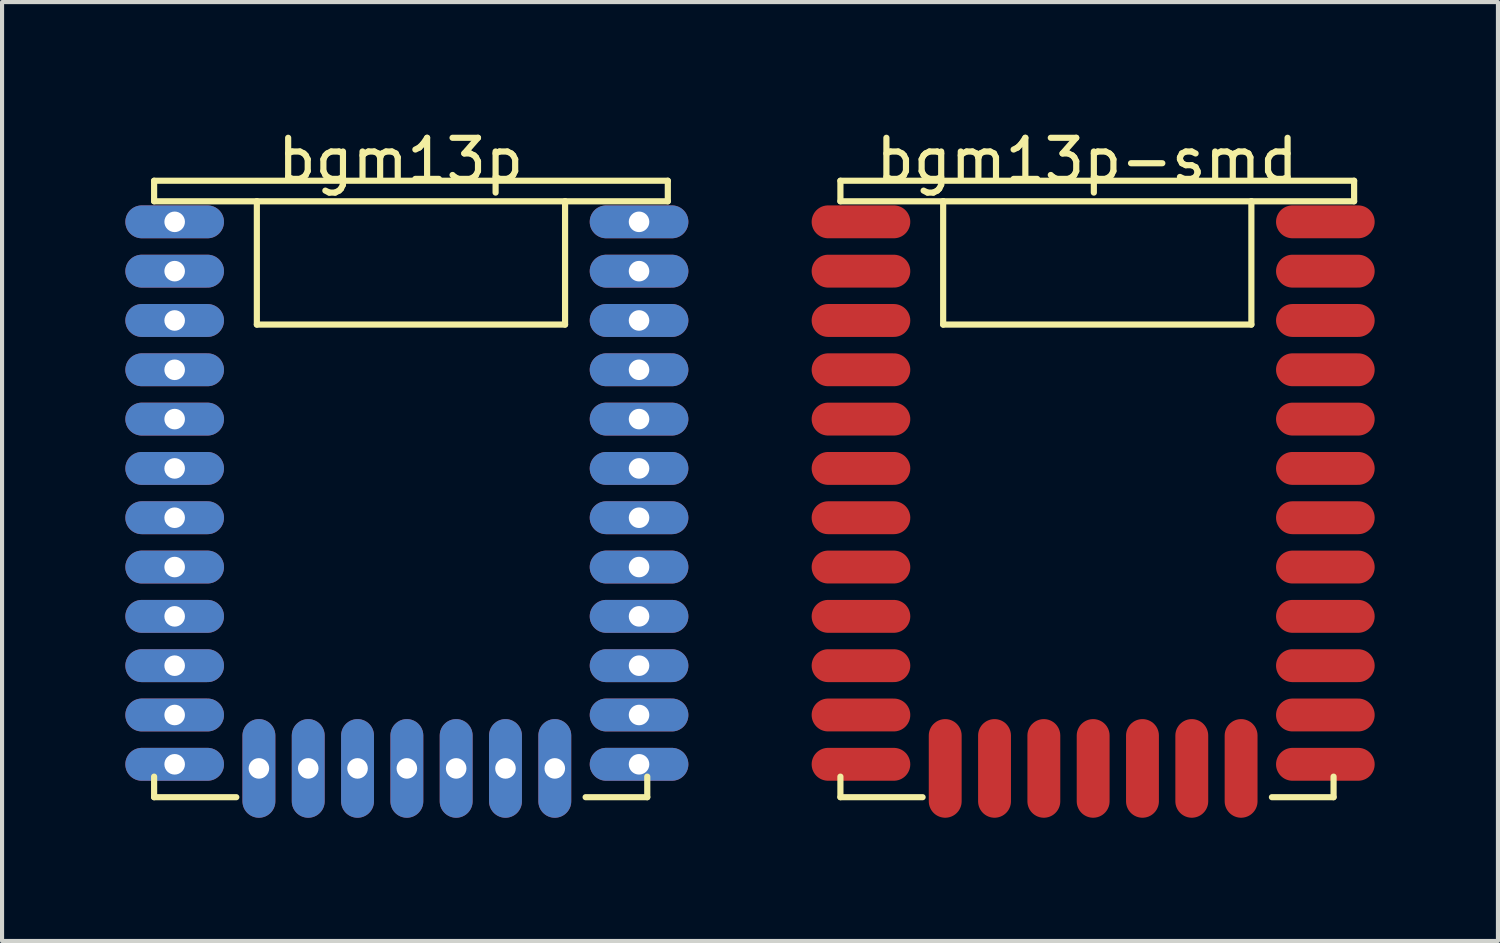
<source format=kicad_pcb>
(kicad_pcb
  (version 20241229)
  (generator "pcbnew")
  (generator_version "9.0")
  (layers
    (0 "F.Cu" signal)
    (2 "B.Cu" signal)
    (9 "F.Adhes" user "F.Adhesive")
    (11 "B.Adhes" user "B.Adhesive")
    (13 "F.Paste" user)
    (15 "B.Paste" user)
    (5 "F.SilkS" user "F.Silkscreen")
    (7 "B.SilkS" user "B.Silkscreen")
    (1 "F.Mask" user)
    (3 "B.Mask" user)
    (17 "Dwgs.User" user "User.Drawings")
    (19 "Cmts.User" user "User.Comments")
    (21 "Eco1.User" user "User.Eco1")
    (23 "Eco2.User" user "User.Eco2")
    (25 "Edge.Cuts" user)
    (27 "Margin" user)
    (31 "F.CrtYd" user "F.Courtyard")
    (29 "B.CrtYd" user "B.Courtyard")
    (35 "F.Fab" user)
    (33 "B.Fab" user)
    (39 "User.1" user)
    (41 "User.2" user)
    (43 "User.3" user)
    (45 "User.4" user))
  (footprint "bgm13p"
    (layer "F.Cu")
    (at 1.2 2.348)
    (property "Reference" "bgm13p" (at 5.5 -1.5 0) (layer "F.SilkS") (effects (font (size 1 1) (thickness 0.15))))
    (attr through_hole)
    (fp_line (start -0.5 -1) (end -0.5 -0.5) (stroke (width 0.15) (type solid)) (layer "F.SilkS"))
    (fp_line (start -0.5 14) (end -0.5 13.5) (stroke (width 0.15) (type solid)) (layer "F.SilkS"))
    (fp_line (start -0.5 14) (end 1.5 14) (stroke (width 0.15) (type solid)) (layer "F.SilkS"))
    (fp_line (start 2 -0.5) (end -0.5 -0.5) (stroke (width 0.15) (type solid)) (layer "F.SilkS"))
    (fp_line (start 2 -0.5) (end 2 2.5) (stroke (width 0.15) (type solid)) (layer "F.SilkS"))
    (fp_line (start 2 2.5) (end 9.5 2.5) (stroke (width 0.15) (type solid)) (layer "F.SilkS"))
    (fp_line (start 9.5 -0.5) (end 2 -0.5) (stroke (width 0.15) (type solid)) (layer "F.SilkS"))
    (fp_line (start 9.5 2.5) (end 9.5 -0.5) (stroke (width 0.15) (type solid)) (layer "F.SilkS"))
    (fp_line (start 10 14) (end 11.5 14) (stroke (width 0.15) (type solid)) (layer "F.SilkS"))
    (fp_line (start 11.5 14) (end 11.5 13.5) (stroke (width 0.15) (type solid)) (layer "F.SilkS"))
    (fp_line (start 12 -1) (end -0.5 -1) (stroke (width 0.15) (type solid)) (layer "F.SilkS"))
    (fp_line (start 12 -0.5) (end 9.5 -0.5) (stroke (width 0.15) (type solid)) (layer "F.SilkS"))
    (fp_line (start 12 -0.5) (end 12 -1) (stroke (width 0.15) (type solid)) (layer "F.SilkS"))
    (pad "1" thru_hole oval (at 0 0) (size 2.4 0.8) (drill 0.5) (layers "*.Cu" "*.Mask"))
    (pad "2" thru_hole oval (at 0 1.2) (size 2.4 0.8) (drill 0.5) (layers "*.Cu" "*.Mask"))
    (pad "3" thru_hole oval (at 0 2.4) (size 2.4 0.8) (drill 0.5) (layers "*.Cu" "*.Mask"))
    (pad "4" thru_hole oval (at 0 3.6) (size 2.4 0.8) (drill 0.5) (layers "*.Cu" "*.Mask"))
    (pad "5" thru_hole oval (at 0 4.8) (size 2.4 0.8) (drill 0.5) (layers "*.Cu" "*.Mask"))
    (pad "6" thru_hole oval (at 0 6) (size 2.4 0.8) (drill 0.5) (layers "*.Cu" "*.Mask"))
    (pad "7" thru_hole oval (at 0 7.2) (size 2.4 0.8) (drill 0.5) (layers "*.Cu" "*.Mask"))
    (pad "8" thru_hole oval (at 0 8.4) (size 2.4 0.8) (drill 0.5) (layers "*.Cu" "*.Mask"))
    (pad "9" thru_hole oval (at 0 9.6) (size 2.4 0.8) (drill 0.5) (layers "*.Cu" "*.Mask"))
    (pad "10" thru_hole oval (at 0 10.8) (size 2.4 0.8) (drill 0.5) (layers "*.Cu" "*.Mask"))
    (pad "11" thru_hole oval (at 0 12) (size 2.4 0.8) (drill 0.5) (layers "*.Cu" "*.Mask"))
    (pad "12" thru_hole oval (at 0 13.2) (size 2.4 0.8) (drill 0.5) (layers "*.Cu" "*.Mask"))
    (pad "13" thru_hole oval (at 2.05 13.3 90) (size 2.4 0.8) (drill 0.5) (layers "*.Cu" "*.Mask"))
    (pad "14" thru_hole oval (at 3.25 13.3 90) (size 2.4 0.8) (drill 0.5) (layers "*.Cu" "*.Mask"))
    (pad "15" thru_hole oval (at 4.45 13.3 90) (size 2.4 0.8) (drill 0.5) (layers "*.Cu" "*.Mask"))
    (pad "16" thru_hole oval (at 5.65 13.3 90) (size 2.4 0.8) (drill 0.5) (layers "*.Cu" "*.Mask"))
    (pad "17" thru_hole oval (at 6.85 13.3 90) (size 2.4 0.8) (drill 0.5) (layers "*.Cu" "*.Mask"))
    (pad "18" thru_hole oval (at 8.05 13.3 90) (size 2.4 0.8) (drill 0.5) (layers "*.Cu" "*.Mask"))
    (pad "19" thru_hole oval (at 9.25 13.3 90) (size 2.4 0.8) (drill 0.5) (layers "*.Cu" "*.Mask"))
    (pad "20" thru_hole oval (at 11.3 13.2) (size 2.4 0.8) (drill 0.5) (layers "*.Cu" "*.Mask"))
    (pad "21" thru_hole oval (at 11.3 12) (size 2.4 0.8) (drill 0.5) (layers "*.Cu" "*.Mask"))
    (pad "22" thru_hole oval (at 11.3 10.8) (size 2.4 0.8) (drill 0.5) (layers "*.Cu" "*.Mask"))
    (pad "23" thru_hole oval (at 11.3 9.6) (size 2.4 0.8) (drill 0.5) (layers "*.Cu" "*.Mask"))
    (pad "24" thru_hole oval (at 11.3 8.4) (size 2.4 0.8) (drill 0.5) (layers "*.Cu" "*.Mask"))
    (pad "25" thru_hole oval (at 11.3 7.2) (size 2.4 0.8) (drill 0.5) (layers "*.Cu" "*.Mask"))
    (pad "26" thru_hole oval (at 11.3 6) (size 2.4 0.8) (drill 0.5) (layers "*.Cu" "*.Mask"))
    (pad "27" thru_hole oval (at 11.3 4.8) (size 2.4 0.8) (drill 0.5) (layers "*.Cu" "*.Mask"))
    (pad "28" thru_hole oval (at 11.3 3.6) (size 2.4 0.8) (drill 0.5) (layers "*.Cu" "*.Mask"))
    (pad "29" thru_hole oval (at 11.3 2.4) (size 2.4 0.8) (drill 0.5) (layers "*.Cu" "*.Mask"))
    (pad "30" thru_hole oval (at 11.3 1.2) (size 2.4 0.8) (drill 0.5) (layers "*.Cu" "*.Mask"))
    (pad "31" thru_hole oval (at 11.3 0) (size 2.4 0.8) (drill 0.5) (layers "*.Cu" "*.Mask")))
  (footprint "bgm13p-smd"
    (layer "F.Cu")
    (at 17.9 2.348)
    (property "Reference" "bgm13p-smd" (at 5.5 -1.5 0) (layer "F.SilkS") (effects (font (size 1 1) (thickness 0.15))))
    (attr through_hole)
    (fp_line (start -0.5 -1) (end -0.5 -0.5) (stroke (width 0.15) (type solid)) (layer "F.SilkS"))
    (fp_line (start -0.5 14) (end -0.5 13.5) (stroke (width 0.15) (type solid)) (layer "F.SilkS"))
    (fp_line (start -0.5 14) (end 1.5 14) (stroke (width 0.15) (type solid)) (layer "F.SilkS"))
    (fp_line (start 2 -0.5) (end -0.5 -0.5) (stroke (width 0.15) (type solid)) (layer "F.SilkS"))
    (fp_line (start 2 -0.5) (end 2 2.5) (stroke (width 0.15) (type solid)) (layer "F.SilkS"))
    (fp_line (start 2 2.5) (end 9.5 2.5) (stroke (width 0.15) (type solid)) (layer "F.SilkS"))
    (fp_line (start 9.5 -0.5) (end 2 -0.5) (stroke (width 0.15) (type solid)) (layer "F.SilkS"))
    (fp_line (start 9.5 2.5) (end 9.5 -0.5) (stroke (width 0.15) (type solid)) (layer "F.SilkS"))
    (fp_line (start 10 14) (end 11.5 14) (stroke (width 0.15) (type solid)) (layer "F.SilkS"))
    (fp_line (start 11.5 14) (end 11.5 13.5) (stroke (width 0.15) (type solid)) (layer "F.SilkS"))
    (fp_line (start 12 -1) (end -0.5 -1) (stroke (width 0.15) (type solid)) (layer "F.SilkS"))
    (fp_line (start 12 -0.5) (end 9.5 -0.5) (stroke (width 0.15) (type solid)) (layer "F.SilkS"))
    (fp_line (start 12 -0.5) (end 12 -1) (stroke (width 0.15) (type solid)) (layer "F.SilkS"))
    (pad "1" smd oval (at 0 0) (size 2.4 0.8) (layers "F.Cu" "F.Mask" "F.Paste"))
    (pad "2" smd oval (at 0 1.2) (size 2.4 0.8) (layers "F.Cu" "F.Mask" "F.Paste"))
    (pad "3" smd oval (at 0 2.4) (size 2.4 0.8) (layers "F.Cu" "F.Mask" "F.Paste"))
    (pad "4" smd oval (at 0 3.6) (size 2.4 0.8) (layers "F.Cu" "F.Mask" "F.Paste"))
    (pad "5" smd oval (at 0 4.8) (size 2.4 0.8) (layers "F.Cu" "F.Mask" "F.Paste"))
    (pad "6" smd oval (at 0 6) (size 2.4 0.8) (layers "F.Cu" "F.Mask" "F.Paste"))
    (pad "7" smd oval (at 0 7.2) (size 2.4 0.8) (layers "F.Cu" "F.Mask" "F.Paste"))
    (pad "8" smd oval (at 0 8.4) (size 2.4 0.8) (layers "F.Cu" "F.Mask" "F.Paste"))
    (pad "9" smd oval (at 0 9.6) (size 2.4 0.8) (layers "F.Cu" "F.Mask" "F.Paste"))
    (pad "10" smd oval (at 0 10.8) (size 2.4 0.8) (layers "F.Cu" "F.Mask" "F.Paste"))
    (pad "11" smd oval (at 0 12) (size 2.4 0.8) (layers "F.Cu" "F.Mask" "F.Paste"))
    (pad "12" smd oval (at 0 13.2) (size 2.4 0.8) (layers "F.Cu" "F.Mask" "F.Paste"))
    (pad "13" smd oval (at 2.05 13.3 90) (size 2.4 0.8) (layers "F.Cu" "F.Mask" "F.Paste"))
    (pad "14" smd oval (at 3.25 13.3 90) (size 2.4 0.8) (layers "F.Cu" "F.Mask" "F.Paste"))
    (pad "15" smd oval (at 4.45 13.3 90) (size 2.4 0.8) (layers "F.Cu" "F.Mask" "F.Paste"))
    (pad "16" smd oval (at 5.65 13.3 90) (size 2.4 0.8) (layers "F.Cu" "F.Mask" "F.Paste"))
    (pad "17" smd oval (at 6.85 13.3 90) (size 2.4 0.8) (layers "F.Cu" "F.Mask" "F.Paste"))
    (pad "18" smd oval (at 8.05 13.3 90) (size 2.4 0.8) (layers "F.Cu" "F.Mask" "F.Paste"))
    (pad "19" smd oval (at 9.25 13.3 90) (size 2.4 0.8) (layers "F.Cu" "F.Mask" "F.Paste"))
    (pad "20" smd oval (at 11.3 13.2) (size 2.4 0.8) (layers "F.Cu" "F.Mask" "F.Paste"))
    (pad "21" smd oval (at 11.3 12) (size 2.4 0.8) (layers "F.Cu" "F.Mask" "F.Paste"))
    (pad "22" smd oval (at 11.3 10.8) (size 2.4 0.8) (layers "F.Cu" "F.Mask" "F.Paste"))
    (pad "23" smd oval (at 11.3 9.6) (size 2.4 0.8) (layers "F.Cu" "F.Mask" "F.Paste"))
    (pad "24" smd oval (at 11.3 8.4) (size 2.4 0.8) (layers "F.Cu" "F.Mask" "F.Paste"))
    (pad "25" smd oval (at 11.3 7.2) (size 2.4 0.8) (layers "F.Cu" "F.Mask" "F.Paste"))
    (pad "26" smd oval (at 11.3 6) (size 2.4 0.8) (layers "F.Cu" "F.Mask" "F.Paste"))
    (pad "27" smd oval (at 11.3 4.8) (size 2.4 0.8) (layers "F.Cu" "F.Mask" "F.Paste"))
    (pad "28" smd oval (at 11.3 3.6) (size 2.4 0.8) (layers "F.Cu" "F.Mask" "F.Paste"))
    (pad "29" smd oval (at 11.3 2.4) (size 2.4 0.8) (layers "F.Cu" "F.Mask" "F.Paste"))
    (pad "30" smd oval (at 11.3 1.2) (size 2.4 0.8) (layers "F.Cu" "F.Mask" "F.Paste"))
    (pad "31" smd oval (at 11.3 0) (size 2.4 0.8) (layers "F.Cu" "F.Mask" "F.Paste")))
  (gr_rect
    (start -3 -3)
    (end 33.4 19.848)
    (stroke (width 0.1) (type default))
    (fill no)
    (layer "Edge.Cuts")))
</source>
